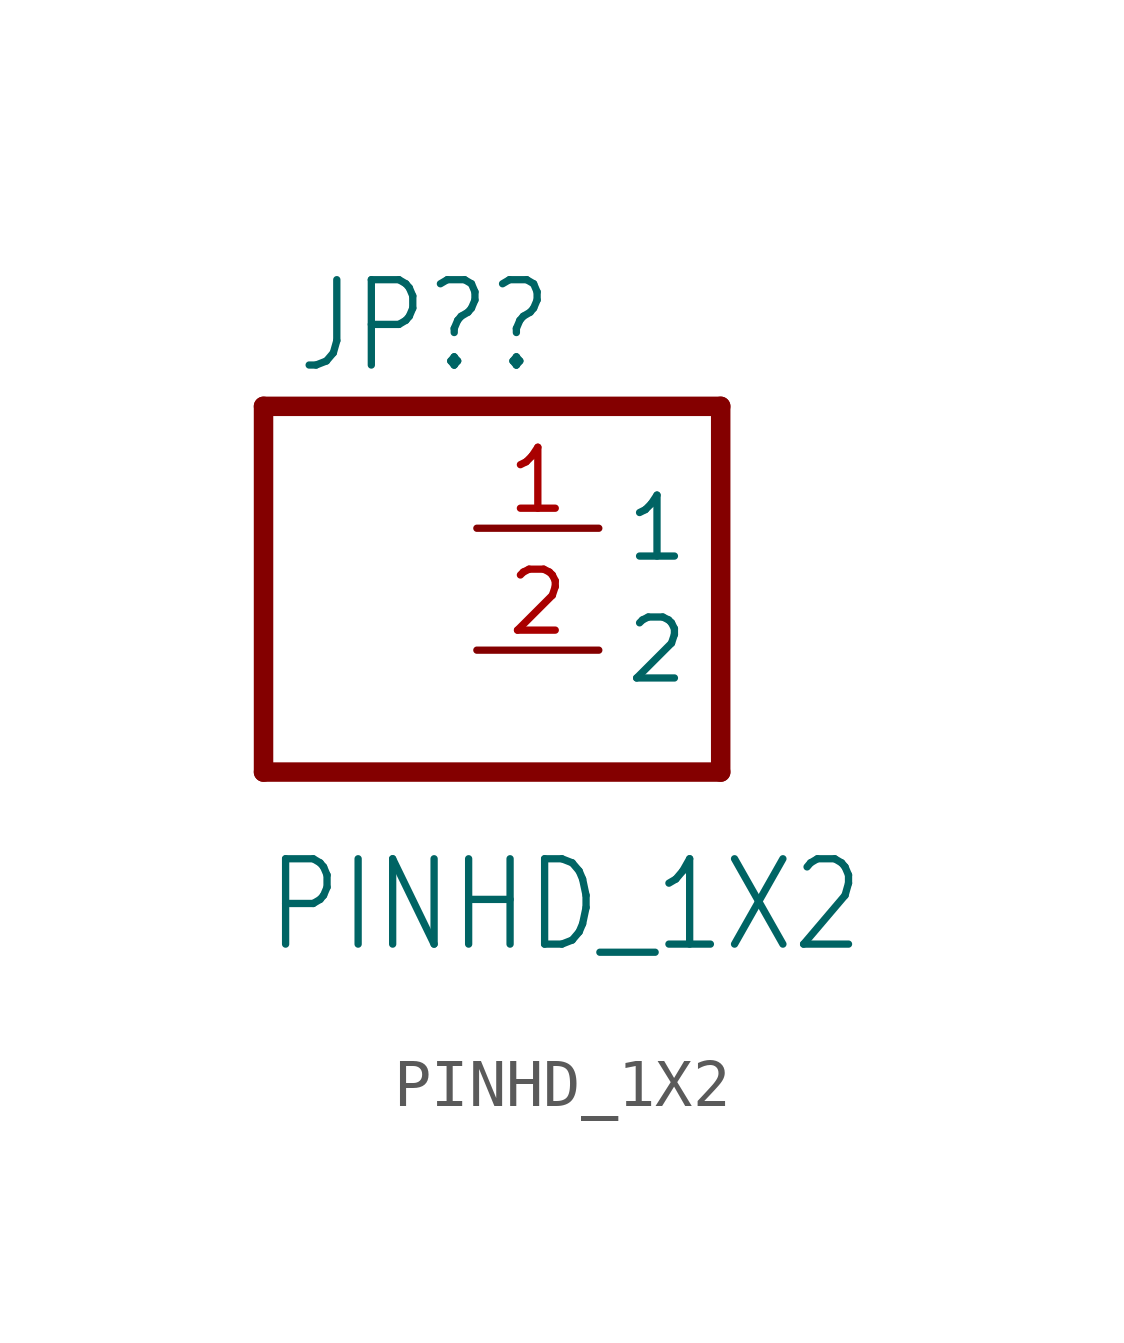
<source format=kicad_sym>
(kicad_symbol_lib
  (version 20211014)
  (generator kicad_symbol_editor)
  (symbol "PINHD_1X2"
    (property "Reference" "JP?"
      (at -6.35 5.715 0)
      (effects (font (size 1.778 1.511)) (justify left bottom)))
    (property "Value" "PINHD_1X2"
      (at -6.985 -6.35 0)
      (effects (font (size 1.778 1.511)) (justify left bottom)))
    (property "ki_locked" ""
      (at 0 0 0)
      (effects (font (size 1.27 1.27))))
    (symbol "PINHD_1X2_1_0"
      (polyline (pts (xy -6.985 -2.54) (xy 2.54 -2.54)) (stroke (width 0.406) (type default) (color 0 0 0 0)) (fill (type none)))
      (polyline (pts (xy -6.985 5.08) (xy -6.985 -2.54)) (stroke (width 0.406) (type default) (color 0 0 0 0)) (fill (type none)))
      (polyline (pts (xy 2.54 -2.54) (xy 2.54 5.08)) (stroke (width 0.406) (type default) (color 0 0 0 0)) (fill (type none)))
      (polyline (pts (xy 2.54 5.08) (xy -6.985 5.08)) (stroke (width 0.406) (type default) (color 0 0 0 0)) (fill (type none)))
      (pin free line (at -2.54 2.54 0) (length 2.54) (name "1" (effects (font (size 1.27 1.27)))) (number "1" (effects (font (size 1.27 1.27)))))
      (pin free line (at -2.54 0 0) (length 2.54) (name "2" (effects (font (size 1.27 1.27)))) (number "2" (effects (font (size 1.27 1.27))))))))
</source>
